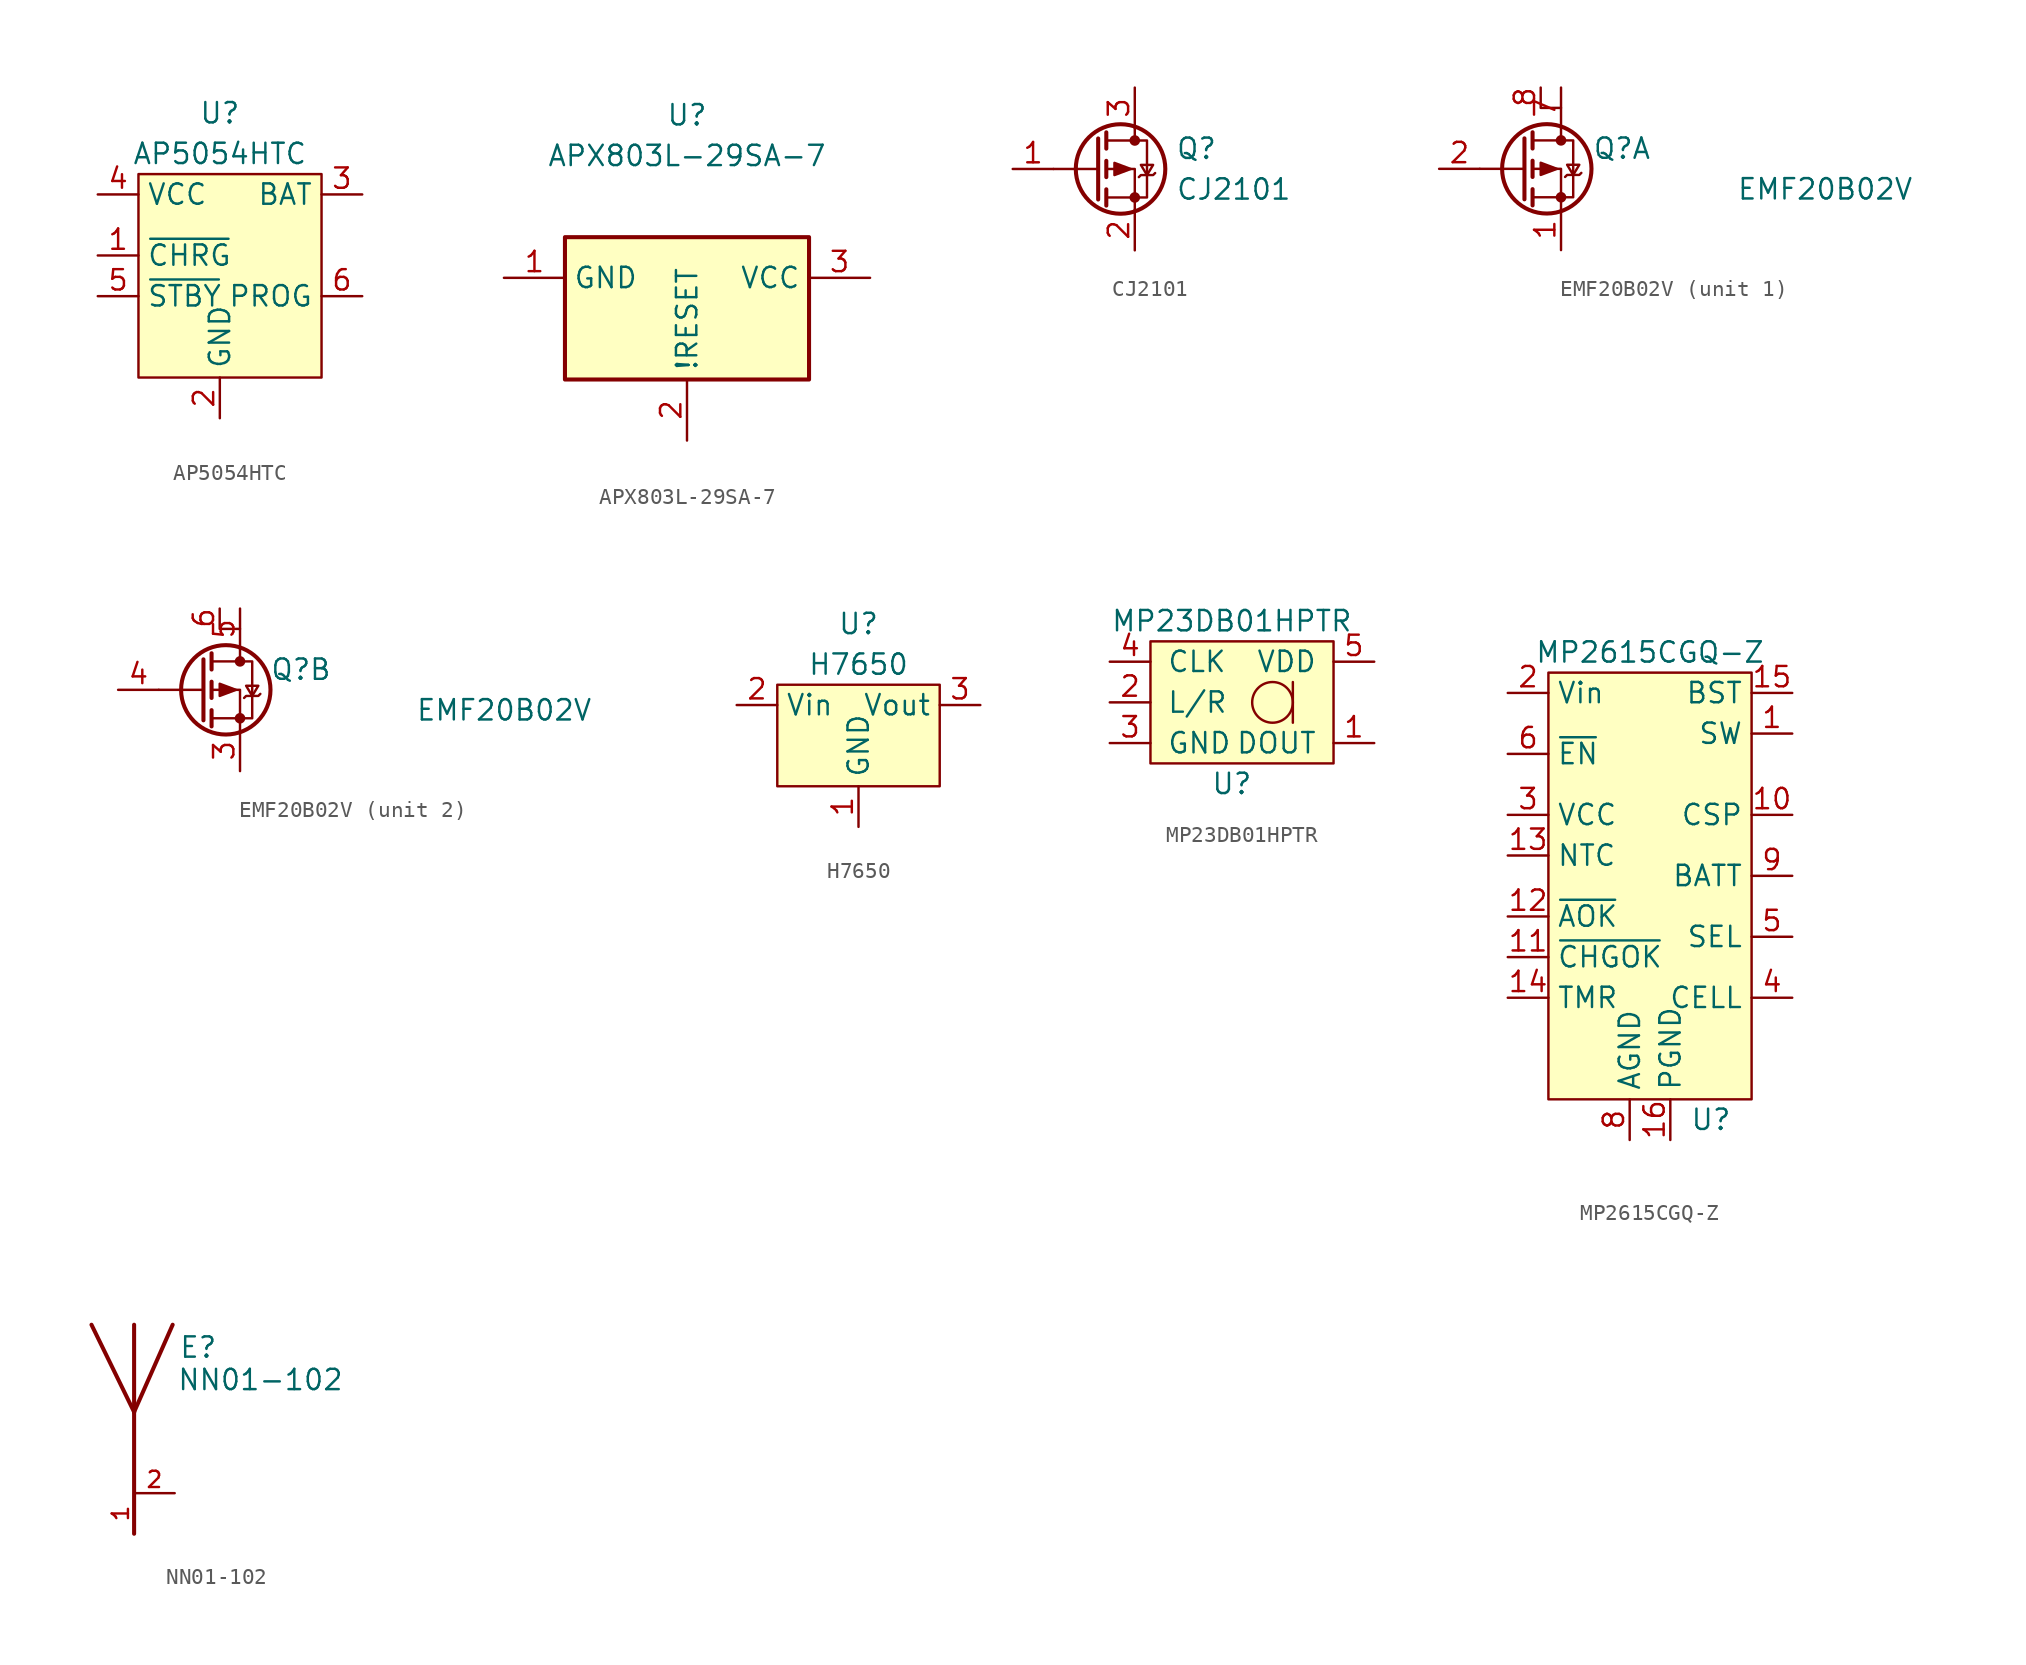
<source format=kicad_sym>
(kicad_symbol_lib
  (version 20211014)
  (generator kicad_symbol_editor)
  (symbol "AP5054HTC"
    (property "Reference" "U"
      (at 0 8.89 0)
      (effects (font (size 1.27 1.27))))
    (property "Value" "AP5054HTC"
      (at 0 6.35 0)
      (effects (font (size 1.27 1.27))))
    (symbol "AP5054HTC_0_1"
      (rectangle (start -5.08 5.08) (end 6.35 -7.62) (stroke (width 0) (type default) (color 0 0 0 0)) (fill (type background))))
    (symbol "AP5054HTC_1_1"
      (pin output line (at -7.62 0 0) (length 2.54) (name "~{CHRG}" (effects (font (size 1.27 1.27)))) (number "1" (effects (font (size 1.27 1.27)))))
      (pin power_in line (at 0 -10.16 90) (length 2.54) (name "GND" (effects (font (size 1.27 1.27)))) (number "2" (effects (font (size 1.27 1.27)))))
      (pin power_in line (at 8.89 3.81 180) (length 2.54) (name "BAT" (effects (font (size 1.27 1.27)))) (number "3" (effects (font (size 1.27 1.27)))))
      (pin power_in line (at -7.62 3.81 0) (length 2.54) (name "VCC" (effects (font (size 1.27 1.27)))) (number "4" (effects (font (size 1.27 1.27)))))
      (pin output line (at -7.62 -2.54 0) (length 2.54) (name "~{STBY}" (effects (font (size 1.27 1.27)))) (number "5" (effects (font (size 1.27 1.27)))))
      (pin passive line (at 8.89 -2.54 180) (length 2.54) (name "PROG" (effects (font (size 1.27 1.27)))) (number "6" (effects (font (size 1.27 1.27)))))))
  (symbol "APX803L-29SA-7"
    (property "Reference" "U"
      (at 0 11.43 0)
      (effects (font (size 1.27 1.27))))
    (property "Value" "APX803L-29SA-7"
      (at 0 8.89 0)
      (effects (font (size 1.27 1.27))))
    (symbol "APX803L-29SA-7_1_1"
      (rectangle (start -7.62 3.81) (end 7.62 -5.08) (stroke (width 0.254) (type default) (color 0 0 0 0)) (fill (type background)))
      (pin input line (at -11.43 1.27 0) (length 3.81) (name "GND" (effects (font (size 1.27 1.27)))) (number "1" (effects (font (size 1.27 1.27)))))
      (pin bidirectional line (at 0 -8.89 90) (length 3.81) (name "!RESET" (effects (font (size 1.27 1.27)))) (number "2" (effects (font (size 1.27 1.27)))))
      (pin bidirectional line (at 11.43 1.27 180) (length 3.81) (name "VCC" (effects (font (size 1.27 1.27)))) (number "3" (effects (font (size 1.27 1.27)))))))
  (symbol "CJ2101"
    (pin_names
      (offset 0) hide)
    (property "Reference" "Q"
      (at 5.08 1.27 0)
      (effects (font (size 1.27 1.27)) (justify left)))
    (property "Value" "CJ2101"
      (at 5.08 -1.27 0)
      (effects (font (size 1.27 1.27)) (justify left)))
    (symbol "CJ2101_0_1"
      (polyline (pts (xy 0.254 0) (xy -2.54 0)) (stroke (width 0) (type default) (color 0 0 0 0)) (fill (type none)))
      (polyline (pts (xy 0.254 1.905) (xy 0.254 -1.905)) (stroke (width 0.254) (type default) (color 0 0 0 0)) (fill (type none)))
      (polyline (pts (xy 0.762 -1.27) (xy 0.762 -2.286)) (stroke (width 0.254) (type default) (color 0 0 0 0)) (fill (type none)))
      (polyline (pts (xy 0.762 0.508) (xy 0.762 -0.508)) (stroke (width 0.254) (type default) (color 0 0 0 0)) (fill (type none)))
      (polyline (pts (xy 0.762 2.286) (xy 0.762 1.27)) (stroke (width 0.254) (type default) (color 0 0 0 0)) (fill (type none)))
      (polyline (pts (xy 2.54 2.54) (xy 2.54 1.778)) (stroke (width 0) (type default) (color 0 0 0 0)) (fill (type none)))
      (polyline (pts (xy 2.54 -2.54) (xy 2.54 0) (xy 0.762 0)) (stroke (width 0) (type default) (color 0 0 0 0)) (fill (type none)))
      (polyline (pts (xy 0.762 1.778) (xy 3.302 1.778) (xy 3.302 -1.778) (xy 0.762 -1.778)) (stroke (width 0) (type default) (color 0 0 0 0)) (fill (type none)))
      (polyline (pts (xy 2.286 0) (xy 1.27 0.381) (xy 1.27 -0.381) (xy 2.286 0)) (stroke (width 0) (type default) (color 0 0 0 0)) (fill (type outline)))
      (polyline (pts (xy 2.794 -0.508) (xy 2.921 -0.381) (xy 3.683 -0.381) (xy 3.81 -0.254)) (stroke (width 0) (type default) (color 0 0 0 0)) (fill (type none)))
      (polyline (pts (xy 3.302 -0.381) (xy 2.921 0.254) (xy 3.683 0.254) (xy 3.302 -0.381)) (stroke (width 0) (type default) (color 0 0 0 0)) (fill (type none)))
      (circle (center 1.651 0) (radius 2.794) (stroke (width 0.254) (type default) (color 0 0 0 0)) (fill (type none)))
      (circle (center 2.54 -1.778) (radius 0.254) (stroke (width 0) (type default) (color 0 0 0 0)) (fill (type outline)))
      (circle (center 2.54 1.778) (radius 0.254) (stroke (width 0) (type default) (color 0 0 0 0)) (fill (type outline))))
    (symbol "CJ2101_1_1"
      (pin input line (at -5.08 0 0) (length 2.54) (name "G" (effects (font (size 1.27 1.27)))) (number "1" (effects (font (size 1.27 1.27)))))
      (pin passive line (at 2.54 -5.08 90) (length 2.54) (name "S" (effects (font (size 1.27 1.27)))) (number "2" (effects (font (size 1.27 1.27)))))
      (pin passive line (at 2.54 5.08 270) (length 2.54) (name "D" (effects (font (size 1.27 1.27)))) (number "3" (effects (font (size 1.27 1.27)))))))
  (symbol "EMF20B02V"
    (pin_names
      (offset 0) hide)
    (property "Reference" "Q"
      (at 6.35 1.27 0)
      (effects (font (size 1.27 1.27))))
    (property "Value" "EMF20B02V"
      (at 19.05 -1.27 0)
      (effects (font (size 1.27 1.27))))
    (symbol "EMF20B02V_0_1"
      (polyline (pts (xy 0.254 0) (xy -2.54 0)) (stroke (width 0) (type default) (color 0 0 0 0)) (fill (type none)))
      (polyline (pts (xy 0.254 1.905) (xy 0.254 -1.905)) (stroke (width 0.254) (type default) (color 0 0 0 0)) (fill (type none)))
      (polyline (pts (xy 0.762 -1.27) (xy 0.762 -2.286)) (stroke (width 0.254) (type default) (color 0 0 0 0)) (fill (type none)))
      (polyline (pts (xy 0.762 0.508) (xy 0.762 -0.508)) (stroke (width 0.254) (type default) (color 0 0 0 0)) (fill (type none)))
      (polyline (pts (xy 0.762 2.286) (xy 0.762 1.27)) (stroke (width 0.254) (type default) (color 0 0 0 0)) (fill (type none)))
      (polyline (pts (xy 1.27 3.81) (xy 2.54 3.81)) (stroke (width 0) (type default) (color 0 0 0 0)) (fill (type none)))
      (polyline (pts (xy 2.54 2.54) (xy 2.54 1.778)) (stroke (width 0) (type default) (color 0 0 0 0)) (fill (type none)))
      (polyline (pts (xy 2.54 -2.54) (xy 2.54 0) (xy 0.762 0)) (stroke (width 0) (type default) (color 0 0 0 0)) (fill (type none)))
      (polyline (pts (xy 0.762 1.778) (xy 3.302 1.778) (xy 3.302 -1.778) (xy 0.762 -1.778)) (stroke (width 0) (type default) (color 0 0 0 0)) (fill (type none)))
      (polyline (pts (xy 2.286 0) (xy 1.27 0.381) (xy 1.27 -0.381) (xy 2.286 0)) (stroke (width 0) (type default) (color 0 0 0 0)) (fill (type outline)))
      (polyline (pts (xy 2.794 -0.508) (xy 2.921 -0.381) (xy 3.683 -0.381) (xy 3.81 -0.254)) (stroke (width 0) (type default) (color 0 0 0 0)) (fill (type none)))
      (polyline (pts (xy 3.302 -0.381) (xy 2.921 0.254) (xy 3.683 0.254) (xy 3.302 -0.381)) (stroke (width 0) (type default) (color 0 0 0 0)) (fill (type none)))
      (circle (center 1.651 0) (radius 2.794) (stroke (width 0.254) (type default) (color 0 0 0 0)) (fill (type none)))
      (circle (center 2.54 -1.778) (radius 0.254) (stroke (width 0) (type default) (color 0 0 0 0)) (fill (type outline)))
      (circle (center 2.54 1.778) (radius 0.254) (stroke (width 0) (type default) (color 0 0 0 0)) (fill (type outline))))
    (symbol "EMF20B02V_1_1"
      (pin passive line (at 2.54 -5.08 90) (length 2.54) (name "S2" (effects (font (size 1.27 1.27)))) (number "1" (effects (font (size 1.27 1.27)))))
      (pin input line (at -5.08 0 0) (length 2.54) (name "G2" (effects (font (size 1.27 1.27)))) (number "2" (effects (font (size 1.27 1.27)))))
      (pin passive line (at 2.54 5.08 270) (length 2.54) (name "D2" (effects (font (size 1.27 1.27)))) (number "7" (effects (font (size 1.27 1.27)))))
      (pin passive line (at 1.27 5.08 270) (length 1.194) (name "D2" (effects (font (size 1.27 1.27)))) (number "8" (effects (font (size 1.27 1.27))))))
    (symbol "EMF20B02V_2_1"
      (pin passive line (at 2.54 -5.08 90) (length 2.54) (name "S2" (effects (font (size 1.27 1.27)))) (number "3" (effects (font (size 1.27 1.27)))))
      (pin input line (at -5.08 0 0) (length 2.54) (name "G2" (effects (font (size 1.27 1.27)))) (number "4" (effects (font (size 1.27 1.27)))))
      (pin passive line (at 2.54 5.08 270) (length 2.54) (name "D2" (effects (font (size 1.27 1.27)))) (number "5" (effects (font (size 1.27 1.27)))))
      (pin passive line (at 1.27 5.08 270) (length 1.194) (name "D2" (effects (font (size 1.27 1.27)))) (number "6" (effects (font (size 1.27 1.27)))))))
  (symbol "H7650"
    (property "Reference" "U"
      (at 0 6.35 0)
      (effects (font (size 1.27 1.27))))
    (property "Value" "H7650"
      (at 0 3.81 0)
      (effects (font (size 1.27 1.27))))
    (symbol "H7650_0_1"
      (rectangle (start -5.08 2.54) (end 5.08 -3.81) (stroke (width 0) (type default) (color 0 0 0 0)) (fill (type background))))
    (symbol "H7650_1_1"
      (pin power_in line (at 0 -6.35 90) (length 2.54) (name "GND" (effects (font (size 1.27 1.27)))) (number "1" (effects (font (size 1.27 1.27)))))
      (pin power_in line (at -7.62 1.27 0) (length 2.54) (name "Vin" (effects (font (size 1.27 1.27)))) (number "2" (effects (font (size 1.27 1.27)))))
      (pin power_out line (at 7.62 1.27 180) (length 2.54) (name "Vout" (effects (font (size 1.27 1.27)))) (number "3" (effects (font (size 1.27 1.27)))))))
  (symbol "MP23DB01HPTR"
    (pin_names
      (offset 1.016))
    (property "Reference" "U"
      (at 0 -5.08 0)
      (effects (font (size 1.27 1.27))))
    (property "Value" "MP23DB01HPTR"
      (at 0 5.08 0)
      (effects (font (size 1.27 1.27))))
    (symbol "MP23DB01HPTR_0_1"
      (rectangle (start -5.08 3.81) (end 6.35 -3.81) (stroke (width 0) (type default) (color 0 0 0 0)) (fill (type background)))
      (polyline (pts (xy 3.81 1.27) (xy 3.81 -1.27)) (stroke (width 0) (type default) (color 0 0 0 0)) (fill (type none)))
      (circle (center 2.54 0) (radius 1.27) (stroke (width 0) (type default) (color 0 0 0 0)) (fill (type none))))
    (symbol "MP23DB01HPTR_1_1"
      (pin input line (at 8.89 -2.54 180) (length 2.54) (name "DOUT" (effects (font (size 1.27 1.27)))) (number "1" (effects (font (size 1.27 1.27)))))
      (pin input line (at -7.62 0 0) (length 2.54) (name "L/R" (effects (font (size 1.27 1.27)))) (number "2" (effects (font (size 1.27 1.27)))))
      (pin input line (at -7.62 -2.54 0) (length 2.54) (name "GND" (effects (font (size 1.27 1.27)))) (number "3" (effects (font (size 1.27 1.27)))))
      (pin input line (at -7.62 2.54 0) (length 2.54) (name "CLK" (effects (font (size 1.27 1.27)))) (number "4" (effects (font (size 1.27 1.27)))))
      (pin power_in line (at 8.89 2.54 180) (length 2.54) (name "VDD" (effects (font (size 1.27 1.27)))) (number "5" (effects (font (size 1.27 1.27)))))))
  (symbol "MP2615CGQ-Z"
    (property "Reference" "U"
      (at 3.81 -16.51 0)
      (effects (font (size 1.27 1.27))))
    (property "Value" "MP2615CGQ-Z"
      (at 0 12.7 0)
      (effects (font (size 1.27 1.27))))
    (symbol "MP2615CGQ-Z_0_1"
      (rectangle (start 6.35 11.43) (end -6.35 -15.24) (stroke (width 0) (type default) (color 0 0 0 0)) (fill (type background))))
    (symbol "MP2615CGQ-Z_1_1"
      (pin power_out line (at 8.89 7.62 180) (length 2.54) (name "SW" (effects (font (size 1.27 1.27)))) (number "1" (effects (font (size 1.27 1.27)))))
      (pin input line (at 8.89 2.54 180) (length 2.54) (name "CSP" (effects (font (size 1.27 1.27)))) (number "10" (effects (font (size 1.27 1.27)))))
      (pin output line (at -8.89 -6.35 0) (length 2.54) (name "~{CHGOK}" (effects (font (size 1.27 1.27)))) (number "11" (effects (font (size 1.27 1.27)))))
      (pin output line (at -8.89 -3.81 0) (length 2.54) (name "~{AOK}" (effects (font (size 1.27 1.27)))) (number "12" (effects (font (size 1.27 1.27)))))
      (pin input line (at -8.89 0 0) (length 2.54) (name "NTC" (effects (font (size 1.27 1.27)))) (number "13" (effects (font (size 1.27 1.27)))))
      (pin input line (at -8.89 -8.89 0) (length 2.54) (name "TMR" (effects (font (size 1.27 1.27)))) (number "14" (effects (font (size 1.27 1.27)))))
      (pin input line (at 8.89 10.16 180) (length 2.54) (name "BST" (effects (font (size 1.27 1.27)))) (number "15" (effects (font (size 1.27 1.27)))))
      (pin power_in line (at 1.27 -17.78 90) (length 2.54) (name "PGND" (effects (font (size 1.27 1.27)))) (number "16" (effects (font (size 1.27 1.27)))))
      (pin power_in line (at -8.89 10.16 0) (length 2.54) (name "Vin" (effects (font (size 1.27 1.27)))) (number "2" (effects (font (size 1.27 1.27)))))
      (pin power_in line (at -8.89 2.54 0) (length 2.54) (name "VCC" (effects (font (size 1.27 1.27)))) (number "3" (effects (font (size 1.27 1.27)))))
      (pin input line (at 8.89 -8.89 180) (length 2.54) (name "CELL" (effects (font (size 1.27 1.27)))) (number "4" (effects (font (size 1.27 1.27)))))
      (pin passive line (at 8.89 -5.08 180) (length 2.54) (name "SEL" (effects (font (size 1.27 1.27)))) (number "5" (effects (font (size 1.27 1.27)))))
      (pin input line (at -8.89 6.35 0) (length 2.54) (name "~{EN}" (effects (font (size 1.27 1.27)))) (number "6" (effects (font (size 1.27 1.27)))))
      (pin power_in line (at -1.27 -17.78 90) (length 2.54) (name "AGND" (effects (font (size 1.27 1.27)))) (number "8" (effects (font (size 1.27 1.27)))))
      (pin power_in line (at 8.89 -1.27 180) (length 2.54) (name "BATT" (effects (font (size 1.27 1.27)))) (number "9" (effects (font (size 1.27 1.27)))))))
  (symbol "NN01-102"
    (pin_names
      (offset 1.016) hide)
    (property "Reference" "E"
      (at 2.794 5.842 0)
      (effects (font (size 1.27 1.27)) (justify left bottom)))
    (property "Value" "NN01-102"
      (at 2.667 3.81 0)
      (effects (font (size 1.27 1.27)) (justify left bottom)))
    (property "ki_locked" ""
      (at 0 0 0)
      (effects (font (size 1.27 1.27))))
    (symbol "NN01-102_0_0"
      (polyline (pts (xy 0 2.54) (xy -2.667 8.001)) (stroke (width 0.254) (type default) (color 0 0 0 0)) (fill (type none)))
      (polyline (pts (xy 0 2.54) (xy 0 -5.08)) (stroke (width 0.254) (type default) (color 0 0 0 0)) (fill (type none)))
      (polyline (pts (xy 0 8.001) (xy 0 2.54)) (stroke (width 0.254) (type default) (color 0 0 0 0)) (fill (type none)))
      (polyline (pts (xy 2.413 8.001) (xy 0 2.54)) (stroke (width 0.254) (type default) (color 0 0 0 0)) (fill (type none)))
      (pin input line (at 0 -5.08 90) (length 2.54) (name "~" (effects (font (size 1.016 1.016)))) (number "1" (effects (font (size 1.016 1.016)))))
      (pin bidirectional line (at 2.54 -2.54 180) (length 2.54) (name "GND" (effects (font (size 1.016 1.016)))) (number "2" (effects (font (size 1.016 1.016))))))))
</source>
